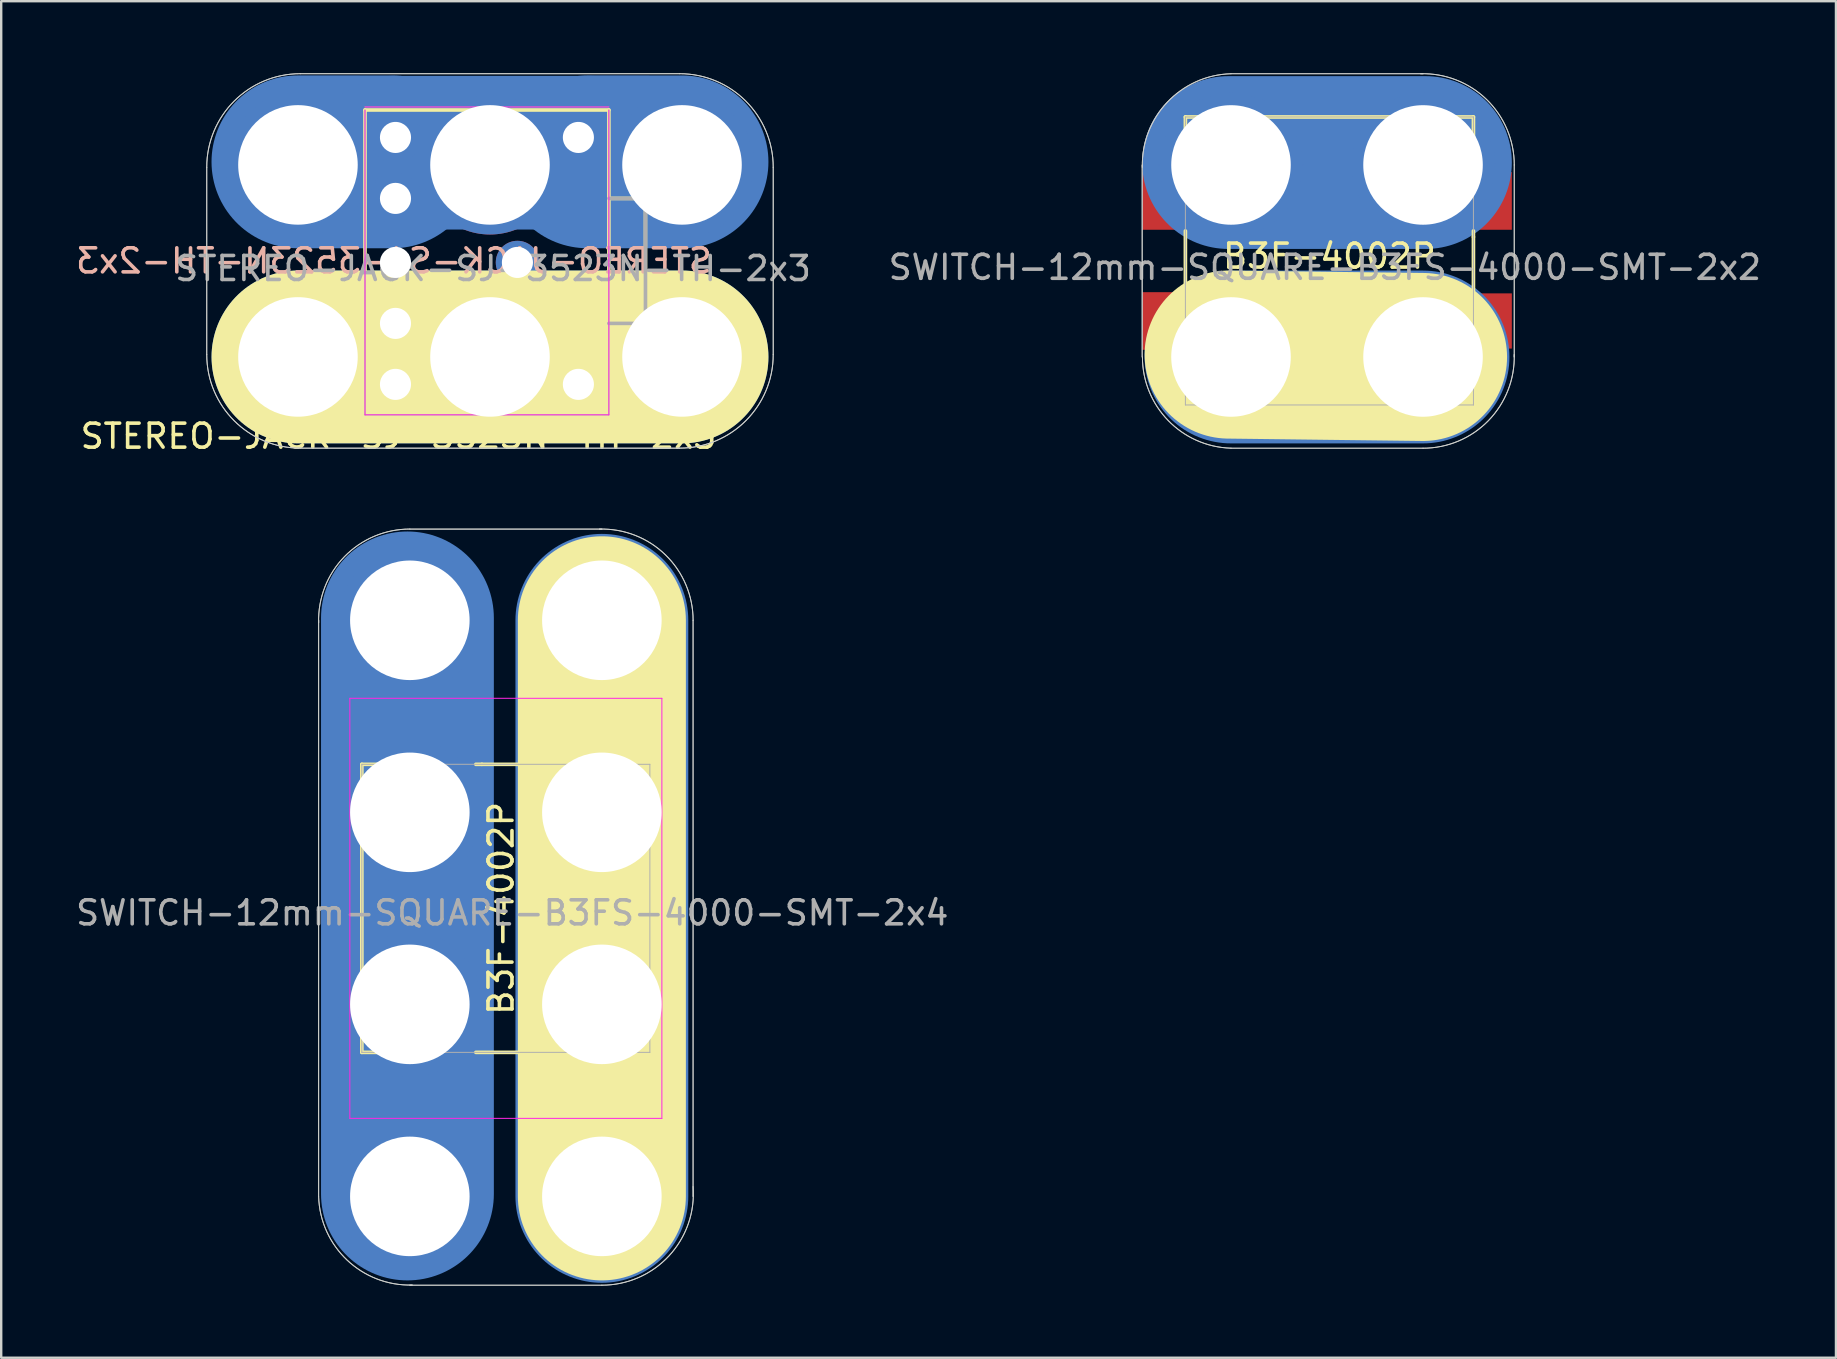
<source format=kicad_pcb>
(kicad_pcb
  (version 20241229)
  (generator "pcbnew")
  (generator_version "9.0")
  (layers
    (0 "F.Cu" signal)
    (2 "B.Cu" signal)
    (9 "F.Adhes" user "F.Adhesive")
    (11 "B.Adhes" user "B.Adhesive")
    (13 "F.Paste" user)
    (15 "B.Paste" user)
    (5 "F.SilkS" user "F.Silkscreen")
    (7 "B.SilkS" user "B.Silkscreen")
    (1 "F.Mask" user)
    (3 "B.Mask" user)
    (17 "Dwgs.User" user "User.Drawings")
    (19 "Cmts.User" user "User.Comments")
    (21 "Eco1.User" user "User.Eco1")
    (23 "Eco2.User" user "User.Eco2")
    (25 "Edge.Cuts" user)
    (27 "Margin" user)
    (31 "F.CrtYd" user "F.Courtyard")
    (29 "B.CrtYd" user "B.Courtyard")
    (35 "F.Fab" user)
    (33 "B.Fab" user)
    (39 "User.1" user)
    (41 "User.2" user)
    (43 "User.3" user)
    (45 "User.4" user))
  (footprint "SWITCH-12mm-SQUARE-B3FS-4000-SMT-2x2"
    (layer "F.Cu")
    (at 48.234 11.822)
    (property "Reference" "SWITCH-12mm-SQUARE-B3FS-4000-SMT-2x2" (at 3.911 -3.733 0) (layer "F.Fab") (effects (font (size 1 1) (thickness 0.15))))
    (attr through_hole)
    (fp_line (start 8 0) (end 0 0) (stroke (width 5) (type solid)) (layer "F.Cu"))
    (fp_line (start 8.1 -8.1) (end -0.3 -8.1) (stroke (width 5) (type solid)) (layer "F.Cu"))
    (fp_line (start 8 0) (end 0 0) (stroke (width 7.2) (type solid)) (layer "B.Cu"))
    (fp_line (start 8.1 -8.1) (end -0.1 -8.1) (stroke (width 7.2) (type solid)) (layer "B.Cu"))
    (fp_line (start 8 0) (end 0 0) (stroke (width 7.2) (type solid)) (layer "B.Mask"))
    (fp_line (start 8.1 -8.1) (end -0.1 -8.1) (stroke (width 7.2) (type solid)) (layer "B.Mask"))
    (fp_line (start -1.9 -10) (end -1.9 -7.75) (stroke (width 0.152) (type solid)) (layer "F.SilkS"))
    (fp_line (start -1.9 -10) (end 10.1 -10) (stroke (width 0.152) (type solid)) (layer "F.SilkS"))
    (fp_line (start -1.9 -5.25) (end -1.9 -2.75) (stroke (width 0.152) (type solid)) (layer "F.SilkS"))
    (fp_line (start -1.9 -0.25) (end -1.9 2) (stroke (width 0.152) (type solid)) (layer "F.SilkS"))
    (fp_line (start -1.9 2) (end 10.1 2) (stroke (width 0.152) (type solid)) (layer "F.SilkS"))
    (fp_line (start 8 0) (end -0.1 -0.1) (stroke (width 7) (type solid)) (layer "F.SilkS"))
    (fp_line (start 10.1 -10) (end 10.1 -8) (stroke (width 0.152) (type solid)) (layer "F.SilkS"))
    (fp_line (start 10.1 -5.25) (end 10.1 -5) (stroke (width 0.152) (type solid)) (layer "F.SilkS"))
    (fp_line (start 10.1 -5) (end 10.1 -2.75) (stroke (width 0.152) (type solid)) (layer "F.SilkS"))
    (fp_line (start 10.1 2) (end 10.1 -0.25) (stroke (width 0.152) (type solid)) (layer "F.SilkS"))
    (fp_line (start -3.7 -8) (end -3.7 0) (stroke (width 0.041) (type solid)) (layer "Edge.Cuts"))
    (fp_line (start 8 -11.8) (end 0 -11.8) (stroke (width 0.041) (type solid)) (layer "Edge.Cuts"))
    (fp_line (start 8 3.8) (end 0 3.8) (stroke (width 0.041) (type solid)) (layer "Edge.Cuts"))
    (fp_line (start 11.8 -8) (end 11.8 0) (stroke (width 0.041) (type solid)) (layer "Edge.Cuts"))
    (fp_arc (start -3.693368 -7.90018) (mid -2.653367 -10.614068) (end 0 -11.8) (stroke (width 0.04064) (type solid)) (layer "Edge.Cuts"))
    (fp_arc (start 0 3.8) (mid -2.615594 2.648338) (end -3.689821 0) (stroke (width 0.04064) (type solid)) (layer "Edge.Cuts"))
    (fp_arc (start 7.9 -11.8) (mid 10.652345 -10.723062) (end 11.801316 -8) (stroke (width 0.04064) (type solid)) (layer "Edge.Cuts"))
    (fp_arc (start 11.8 -0.1) (mid 10.723062 2.652345) (end 8 3.801316) (stroke (width 0.04064) (type solid)) (layer "Edge.Cuts"))
    (fp_line (start -3.7 -8) (end -3.7 0) (stroke (width 0.041) (type solid)) (layer "F.Fab"))
    (fp_line (start -1.9 -10) (end 10.1 -10) (stroke (width 0.041) (type solid)) (layer "F.Fab"))
    (fp_line (start -1.9 2) (end -1.9 -10) (stroke (width 0.041) (type solid)) (layer "F.Fab"))
    (fp_line (start 8 -11.8) (end 0 -11.8) (stroke (width 0.041) (type solid)) (layer "F.Fab"))
    (fp_line (start 8 3.8) (end 0 3.8) (stroke (width 0.041) (type solid)) (layer "F.Fab"))
    (fp_line (start 10.1 -10) (end 10.1 2) (stroke (width 0.041) (type solid)) (layer "F.Fab"))
    (fp_line (start 10.1 2) (end -1.9 2) (stroke (width 0.041) (type solid)) (layer "F.Fab"))
    (fp_line (start 11.8 -8) (end 11.8 0) (stroke (width 0.041) (type solid)) (layer "F.Fab"))
    (fp_arc (start -3.693368 -7.90018) (mid -2.653367 -10.614068) (end 0 -11.8) (stroke (width 0.04064) (type solid)) (layer "F.Fab"))
    (fp_arc (start 0 3.8) (mid -2.615594 2.648338) (end -3.689821 0) (stroke (width 0.04064) (type solid)) (layer "F.Fab"))
    (fp_arc (start 7.9 -11.8) (mid 10.652345 -10.723062) (end 11.801316 -8) (stroke (width 0.04064) (type solid)) (layer "F.Fab"))
    (fp_arc (start 11.8 -0.1) (mid 10.723062 2.652345) (end 8 3.801316) (stroke (width 0.04064) (type solid)) (layer "F.Fab"))
    (fp_text user "B3F-4002P" (at 4.1 -4.2 0) (layer "F.SilkS") (effects (font (size 1 1) (thickness 0.15))))
    (pad "1" thru_hole circle (at 0 0 270) (size 6 6) (drill 4.98) (layers "*.Cu" "*.Mask"))
    (pad "1" thru_hole circle (at 8 0 270) (size 6 6) (drill 4.98) (layers "*.Cu" "*.Mask"))
    (pad "1" smd rect (at 10.8 -1.5) (size 1.8 2.3) (layers "F.Cu" "F.Mask" "F.Paste"))
    (pad "2" smd rect (at -2.8 -1.5) (size 1.8 2.4) (layers "F.Cu" "F.Mask" "F.Paste"))
    (pad "3" thru_hole circle (at 0 -8 270) (size 6 6) (drill 4.98) (layers "*.Cu" "*.Mask"))
    (pad "3" thru_hole circle (at 8 -8 270) (size 6 6) (drill 4.98) (layers "*.Cu" "*.Mask"))
    (pad "3" smd rect (at 10.8 -6.5) (size 1.8 2.4) (layers "F.Cu" "F.Mask" "F.Paste"))
    (pad "4" smd rect (at -2.8 -6.5) (size 1.8 2.4) (layers "F.Cu" "F.Mask" "F.Paste")))
  (footprint "STEREO-JACK-SJ-3523N-TH-2x3"
    (layer "F.Cu")
    (at 17.363 11.82)
    (property "Reference" "STEREO-JACK-SJ-3523N-TH-2x3" (at -4 -4 0) (layer "B.SilkS") (effects (font (size 1 1) (thickness 0.15)) (justify mirror)))
    (attr through_hole)
    (fp_line (start -4.065 -8.127) (end -8.001 -8.128) (stroke (width 7.2) (type solid)) (layer "B.Cu"))
    (fp_line (start 4.191 -8.509) (end -4.064 -8.509) (stroke (width 6.4) (type solid)) (layer "B.Cu"))
    (fp_line (start 8 -8.127) (end 4.064 -8.128) (stroke (width 7.2) (type solid)) (layer "B.Cu"))
    (fp_line (start 8 0) (end -8 0) (stroke (width 7.2) (type solid)) (layer "B.Cu"))
    (fp_line (start -4.065 -8.127) (end -8.001 -8.128) (stroke (width 7.2) (type solid)) (layer "B.Mask"))
    (fp_line (start 4.191 -8.509) (end -4.064 -8.509) (stroke (width 6.4) (type solid)) (layer "B.Mask"))
    (fp_line (start 8 -8.127) (end 4.064 -8.128) (stroke (width 7.2) (type solid)) (layer "B.Mask"))
    (fp_line (start 8 0) (end -8 0) (stroke (width 7.2) (type solid)) (layer "B.Mask"))
    (fp_line (start -5.207 -10.287) (end -5.207 2.413) (stroke (width 0.152) (type solid)) (layer "F.SilkS"))
    (fp_line (start -5.207 2.413) (end 4.953 2.413) (stroke (width 0.152) (type solid)) (layer "F.SilkS"))
    (fp_line (start 4.953 -10.287) (end -5.207 -10.287) (stroke (width 0.152) (type solid)) (layer "F.SilkS"))
    (fp_line (start 4.953 -1.397) (end 6.477 -1.397) (stroke (width 0.152) (type solid)) (layer "F.SilkS"))
    (fp_line (start 4.953 2.413) (end 4.953 -10.287) (stroke (width 0.152) (type solid)) (layer "F.SilkS"))
    (fp_line (start 6.477 -6.604) (end 4.953 -6.604) (stroke (width 0.152) (type solid)) (layer "F.SilkS"))
    (fp_line (start 6.477 -1.397) (end 6.477 -6.477) (stroke (width 0.152) (type solid)) (layer "F.SilkS"))
    (fp_line (start 8 0) (end -8 0) (stroke (width 7.2) (type solid)) (layer "F.SilkS"))
    (fp_line (start -11.8 -0.1) (end -11.8 -7.9) (stroke (width 0.041) (type solid)) (layer "Edge.Cuts"))
    (fp_line (start 7.9 -11.8) (end -7.9 -11.8) (stroke (width 0.041) (type solid)) (layer "Edge.Cuts"))
    (fp_line (start 7.9 3.8) (end -7.9 3.8) (stroke (width 0.041) (type solid)) (layer "Edge.Cuts"))
    (fp_line (start 11.8 -0.1) (end 11.8 -7.9) (stroke (width 0.041) (type solid)) (layer "Edge.Cuts"))
    (fp_arc (start -11.8 -7.9) (mid -10.657716 -10.657716) (end -7.9 -11.8) (stroke (width 0.04064) (type solid)) (layer "Edge.Cuts"))
    (fp_arc (start -7.9 3.8) (mid -10.657716 2.657716) (end -11.8 -0.1) (stroke (width 0.04064) (type solid)) (layer "Edge.Cuts"))
    (fp_arc (start 7.9 -11.8) (mid 10.657716 -10.657716) (end 11.8 -7.9) (stroke (width 0.04064) (type solid)) (layer "Edge.Cuts"))
    (fp_arc (start 11.8 -0.1) (mid 10.657716 2.657716) (end 7.9 3.8) (stroke (width 0.04064) (type solid)) (layer "Edge.Cuts"))
    (fp_line (start -5.207 -10.287) (end -5.207 2.413) (stroke (width 0.041) (type solid)) (layer "F.CrtYd"))
    (fp_line (start -5.207 2.413) (end 4.953 2.413) (stroke (width 0.041) (type solid)) (layer "F.CrtYd"))
    (fp_line (start 4.953 -10.414) (end -5.207 -10.414) (stroke (width 0.041) (type solid)) (layer "F.CrtYd"))
    (fp_line (start 4.953 2.413) (end 4.953 -10.287) (stroke (width 0.041) (type solid)) (layer "F.CrtYd"))
    (fp_line (start -11.8 -0.1) (end -11.8 -7.9) (stroke (width 0.041) (type solid)) (layer "F.Fab"))
    (fp_line (start -5.207 2.413) (end -5.207 -10.287) (stroke (width 0.041) (type solid)) (layer "F.Fab"))
    (fp_line (start -5.207 2.413) (end 4.953 2.413) (stroke (width 0.041) (type solid)) (layer "F.Fab"))
    (fp_line (start 4.953 -10.414) (end -5.207 -10.414) (stroke (width 0.041) (type solid)) (layer "F.Fab"))
    (fp_line (start 4.953 -1.397) (end 6.477 -1.397) (stroke (width 0.152) (type solid)) (layer "F.Fab"))
    (fp_line (start 4.953 2.413) (end 4.953 -10.287) (stroke (width 0.041) (type solid)) (layer "F.Fab"))
    (fp_line (start 6.477 -6.604) (end 4.953 -6.604) (stroke (width 0.152) (type solid)) (layer "F.Fab"))
    (fp_line (start 6.477 -1.397) (end 6.477 -6.477) (stroke (width 0.152) (type solid)) (layer "F.Fab"))
    (fp_line (start 7.9 -11.8) (end -7.9 -11.8) (stroke (width 0.041) (type solid)) (layer "F.Fab"))
    (fp_line (start 7.9 3.8) (end -7.9 3.8) (stroke (width 0.041) (type solid)) (layer "F.Fab"))
    (fp_line (start 11.8 -0.1) (end 11.8 -7.9) (stroke (width 0.041) (type solid)) (layer "F.Fab"))
    (fp_arc (start -11.8 -7.9) (mid -10.657716 -10.657716) (end -7.9 -11.8) (stroke (width 0.04064) (type solid)) (layer "F.Fab"))
    (fp_arc (start -7.9 3.8) (mid -10.657716 2.657716) (end -11.8 -0.1) (stroke (width 0.04064) (type solid)) (layer "F.Fab"))
    (fp_arc (start 7.9 -11.8) (mid 10.657716 -10.657716) (end 11.8 -7.9) (stroke (width 0.04064) (type solid)) (layer "F.Fab"))
    (fp_arc (start 11.8 -0.1) (mid 10.657716 2.657716) (end 7.9 3.8) (stroke (width 0.04064) (type solid)) (layer "F.Fab"))
    (fp_text user "${REFERENCE}" (at -3.81 3.302 180) (layer "F.SilkS") (effects (font (size 1 1) (thickness 0.15))))
    (fp_text user "${REFERENCE}" (at 0.127 -3.683 180) (layer "F.Fab") (effects (font (size 1 1) (thickness 0.15))))
    (pad "" np_thru_hole circle (at -3.937 -3.937 180) (size 1.295 1.295) (drill 1.295) (layers "*.Cu"))
    (pad "" np_thru_hole circle (at 1.143 -9.144 180) (size 1.295 1.295) (drill 1.295) (layers "*.Cu"))
    (pad "" np_thru_hole circle (at 1.143 1.143 180) (size 1.295 1.295) (drill 1.295) (layers "*.Cu"))
    (pad "" np_thru_hole circle (at 3.683 -9.144 180) (size 1.295 1.295) (drill 1.295) (layers "*.Cu"))
    (pad "" np_thru_hole circle (at 3.683 1.143 180) (size 1.295 1.295) (drill 1.295) (layers "*.Cu"))
    (pad "+" thru_hole circle (at -8 -8) (size 6 6) (drill 4.98) (layers "*.Cu" "B.Mask"))
    (pad "+" thru_hole circle (at -3.937 -9.144 180) (size 2.184 2.184) (drill 1.295) (layers "*.Cu" "B.Mask"))
    (pad "+" thru_hole circle (at -3.937 -6.604 180) (size 2.184 2.184) (drill 1.295) (layers "*.Cu" "B.Mask"))
    (pad "+" thru_hole circle (at 0 -8) (size 5.8 5.8) (drill 4.98) (layers "*.Cu" "B.Mask"))
    (pad "+" thru_hole circle (at 8 -8) (size 6 6) (drill 4.98) (layers "*.Cu" "B.Mask"))
    (pad "-" thru_hole circle (at -8 0) (size 6 6) (drill 4.98) (layers "*.Cu" "B.Mask"))
    (pad "-" thru_hole circle (at -3.937 -1.397 180) (size 2.184 2.184) (drill 1.295) (layers "*.Cu" "B.Mask"))
    (pad "-" thru_hole circle (at -3.937 1.143 180) (size 2.184 2.184) (drill 1.295) (layers "*.Cu" "B.Mask"))
    (pad "-" thru_hole circle (at 0 0) (size 6 6) (drill 4.98) (layers "*.Cu" "B.Mask"))
    (pad "-" thru_hole circle (at 1.143 -3.937 180) (size 1.803 1.803) (drill 1.295) (layers "*.Cu" "B.Mask"))
    (pad "-" thru_hole circle (at 8 0) (size 6 6) (drill 4.98) (layers "*.Cu" "B.Mask")))
  (footprint "SWITCH-12mm-SQUARE-B3FS-4000-SMT-2x4"
    (layer "F.Cu")
    (at 14.024 46.792)
    (property "Reference" "SWITCH-12mm-SQUARE-B3FS-4000-SMT-2x4" (at 4.267 -11.811 0) (layer "F.Fab") (effects (font (size 1 1) (thickness 0.15))))
    (attr through_hole)
    (fp_line (start -0.1 -24.1) (end -0.1 -0.1) (stroke (width 5) (type solid)) (layer "F.Cu"))
    (fp_line (start 8 -24) (end 8 0) (stroke (width 5) (type solid)) (layer "F.Cu"))
    (fp_line (start -0.1 -24.1) (end -0.1 -0.1) (stroke (width 7.2) (type solid)) (layer "B.Cu"))
    (fp_line (start 8 -24) (end 8 0) (stroke (width 7.2) (type solid)) (layer "B.Cu"))
    (fp_line (start -0.1 -24.1) (end -0.1 -0.1) (stroke (width 7.2) (type solid)) (layer "B.Mask"))
    (fp_line (start 8 -24) (end 8 0) (stroke (width 7.2) (type solid)) (layer "B.Mask"))
    (fp_line (start -2 -18) (end 0 -18) (stroke (width 0.152) (type solid)) (layer "F.SilkS"))
    (fp_line (start -2 -6) (end -2 -18) (stroke (width 0.152) (type solid)) (layer "F.SilkS"))
    (fp_line (start -2 -6) (end 0.25 -6) (stroke (width 0.152) (type solid)) (layer "F.SilkS"))
    (fp_line (start 2.75 -18) (end 3 -18) (stroke (width 0.152) (type solid)) (layer "F.SilkS"))
    (fp_line (start 2.75 -6) (end 5.25 -6) (stroke (width 0.152) (type solid)) (layer "F.SilkS"))
    (fp_line (start 3 -18) (end 5.25 -18) (stroke (width 0.152) (type solid)) (layer "F.SilkS"))
    (fp_line (start 7.75 -6) (end 10 -6) (stroke (width 0.152) (type solid)) (layer "F.SilkS"))
    (fp_line (start 8 -24) (end 8 0) (stroke (width 7) (type solid)) (layer "F.SilkS"))
    (fp_line (start 10 -18) (end 7.75 -18) (stroke (width 0.152) (type solid)) (layer "F.SilkS"))
    (fp_line (start 10 -6) (end 10 -18) (stroke (width 0.152) (type solid)) (layer "F.SilkS"))
    (fp_line (start -3.8 -24) (end -3.8 0) (stroke (width 0.041) (type solid)) (layer "Edge.Cuts"))
    (fp_line (start 0 -27.8) (end 8 -27.8) (stroke (width 0.041) (type solid)) (layer "Edge.Cuts"))
    (fp_line (start 0 3.7) (end 8 3.7) (stroke (width 0.041) (type solid)) (layer "Edge.Cuts"))
    (fp_line (start 11.8 -24) (end 11.8 0) (stroke (width 0.041) (type solid)) (layer "Edge.Cuts"))
    (fp_arc (start -3.8 -23.9) (mid -2.723062 -26.652345) (end 0 -27.801316) (stroke (width 0.04064) (type solid)) (layer "Edge.Cuts"))
    (fp_arc (start 0.09982 3.693368) (mid -2.614068 2.653367) (end -3.8 0) (stroke (width 0.04064) (type solid)) (layer "Edge.Cuts"))
    (fp_arc (start 7.9 -27.8) (mid 10.652345 -26.723062) (end 11.801316 -24) (stroke (width 0.04064) (type solid)) (layer "Edge.Cuts"))
    (fp_arc (start 11.8 -0.411824) (mid 10.799424 2.475303) (end 8 3.7) (stroke (width 0.04064) (type solid)) (layer "Edge.Cuts"))
    (fp_line (start -2.5 -20.75) (end 10.5 -20.75) (stroke (width 0.041) (type solid)) (layer "F.CrtYd"))
    (fp_line (start -2.5 -3.25) (end -2.5 -20.75) (stroke (width 0.041) (type solid)) (layer "F.CrtYd"))
    (fp_line (start 10.5 -20.75) (end 10.5 -3.25) (stroke (width 0.041) (type solid)) (layer "F.CrtYd"))
    (fp_line (start 10.5 -3.25) (end -2.5 -3.25) (stroke (width 0.041) (type solid)) (layer "F.CrtYd"))
    (fp_line (start -3.8 -24) (end -3.8 0) (stroke (width 0.041) (type solid)) (layer "F.Fab"))
    (fp_line (start -2 -18) (end 10 -18) (stroke (width 0.041) (type solid)) (layer "F.Fab"))
    (fp_line (start -2 -6) (end -2 -18) (stroke (width 0.041) (type solid)) (layer "F.Fab"))
    (fp_line (start 0 -27.8) (end 8 -27.8) (stroke (width 0.041) (type solid)) (layer "F.Fab"))
    (fp_line (start 0 3.7) (end 8 3.7) (stroke (width 0.041) (type solid)) (layer "F.Fab"))
    (fp_line (start 10 -18) (end 10 -6) (stroke (width 0.041) (type solid)) (layer "F.Fab"))
    (fp_line (start 10 -6) (end -2 -6) (stroke (width 0.041) (type solid)) (layer "F.Fab"))
    (fp_line (start 11.8 -24) (end 11.8 0) (stroke (width 0.041) (type solid)) (layer "F.Fab"))
    (fp_arc (start -3.8 -23.9) (mid -2.723062 -26.652345) (end 0 -27.801316) (stroke (width 0.04064) (type solid)) (layer "F.Fab"))
    (fp_arc (start 0.09982 3.693368) (mid -2.614068 2.653367) (end -3.8 0) (stroke (width 0.04064) (type solid)) (layer "F.Fab"))
    (fp_arc (start 7.9 -27.8) (mid 10.652345 -26.723062) (end 11.801316 -24) (stroke (width 0.04064) (type solid)) (layer "F.Fab"))
    (fp_arc (start 11.811 -0.0254) (mid 10.664746 2.614037) (end 8 3.700156) (stroke (width 0.04064) (type solid)) (layer "F.Fab"))
    (fp_text user "B3F-4002P" (at 3.8 -12 90) (layer "F.SilkS") (effects (font (size 1 1) (thickness 0.15))))
    (pad "1" smd rect (at 6.5 -19.15 90) (size 2.4 2.3) (layers "F.Cu" "F.Mask" "F.Paste"))
    (pad "1" thru_hole circle (at 8 -24) (size 6 6) (drill 4.98) (layers "*.Cu" "*.Mask"))
    (pad "1" thru_hole circle (at 8 -16) (size 6 6) (drill 4.98) (layers "*.Cu" "*.Mask"))
    (pad "2" smd rect (at 6.5 -4.85 90) (size 2.3 2.4) (layers "F.Cu" "F.Mask" "F.Paste"))
    (pad "2" thru_hole circle (at 8 -8) (size 6 6) (drill 4.98) (layers "*.Cu" "*.Mask"))
    (pad "2" thru_hole circle (at 8 0) (size 6 6) (drill 4.98) (layers "*.Cu" "*.Mask"))
    (pad "3" thru_hole circle (at 0 -24) (size 6 6) (drill 4.98) (layers "*.Cu" "*.Mask"))
    (pad "3" thru_hole circle (at 0 -16) (size 6 6) (drill 4.98) (layers "*.Cu" "*.Mask"))
    (pad "3" smd rect (at 1.5 -19.15 90) (size 2.3 2.4) (layers "F.Cu" "F.Mask" "F.Paste"))
    (pad "4" thru_hole circle (at 0 -8) (size 6 6) (drill 4.98) (layers "*.Cu" "*.Mask"))
    (pad "4" thru_hole circle (at 0 0) (size 6 6) (drill 4.98) (layers "*.Cu" "*.Mask"))
    (pad "4" smd rect (at 1.5 -4.85 90) (size 2.3 2.4) (layers "F.Cu" "F.Mask" "F.Paste")))
  (gr_rect
    (start -3 -3)
    (end 73.437 53.513)
    (stroke (width 0.1) (type default))
    (fill no)
    (layer "Edge.Cuts")))
</source>
